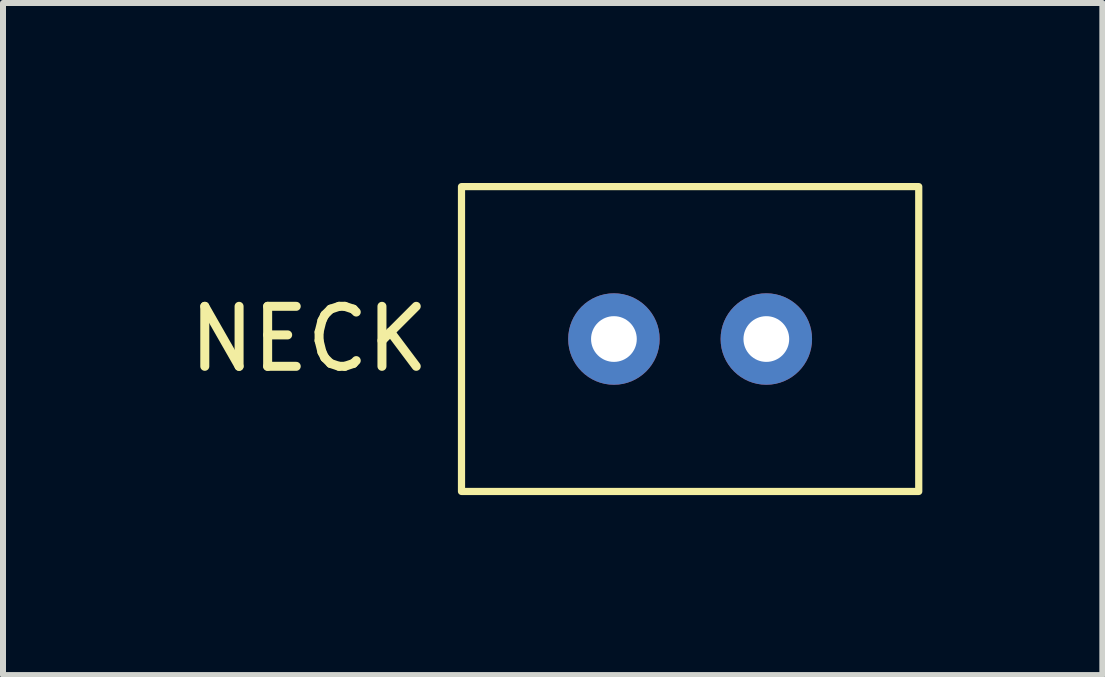
<source format=kicad_pcb>
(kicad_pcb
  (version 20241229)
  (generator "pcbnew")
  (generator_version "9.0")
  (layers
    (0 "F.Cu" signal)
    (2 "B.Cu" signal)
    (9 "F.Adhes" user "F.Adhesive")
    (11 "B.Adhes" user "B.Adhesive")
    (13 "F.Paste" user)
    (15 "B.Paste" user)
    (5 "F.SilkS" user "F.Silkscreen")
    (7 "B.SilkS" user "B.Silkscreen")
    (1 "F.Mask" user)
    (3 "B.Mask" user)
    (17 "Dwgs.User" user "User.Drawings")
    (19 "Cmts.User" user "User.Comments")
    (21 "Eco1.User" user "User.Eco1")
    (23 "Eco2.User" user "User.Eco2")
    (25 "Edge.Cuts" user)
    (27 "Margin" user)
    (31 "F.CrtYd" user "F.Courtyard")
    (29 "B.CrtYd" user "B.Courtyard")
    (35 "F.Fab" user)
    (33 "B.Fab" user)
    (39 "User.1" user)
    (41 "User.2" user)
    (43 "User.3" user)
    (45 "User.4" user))
  (footprint "NECK"
    (layer "F.Cu")
    (at 9.721 2.6)
    (property "Reference" "NECK" (at -7.62 0 0) (unlocked yes) (layer "F.SilkS") (effects (font (size 1 1) (thickness 0.15))))
    (attr through_hole)
    (fp_rect (start -5.08 -2.54) (end 2.54 2.54) (stroke (width 0.12) (type solid)) (fill no) (layer "F.SilkS"))
    (pad "1" thru_hole circle (at -2.54 0) (size 1.524 1.524) (drill 0.762) (layers "*.Cu" "*.Mask"))
    (pad "2" thru_hole circle (at 0 0) (size 1.524 1.524) (drill 0.762) (layers "*.Cu" "*.Mask")))
  (gr_rect
    (start -3 -3)
    (end 15.321 8.2)
    (stroke (width 0.1) (type default))
    (fill no)
    (layer "Edge.Cuts")))
</source>
